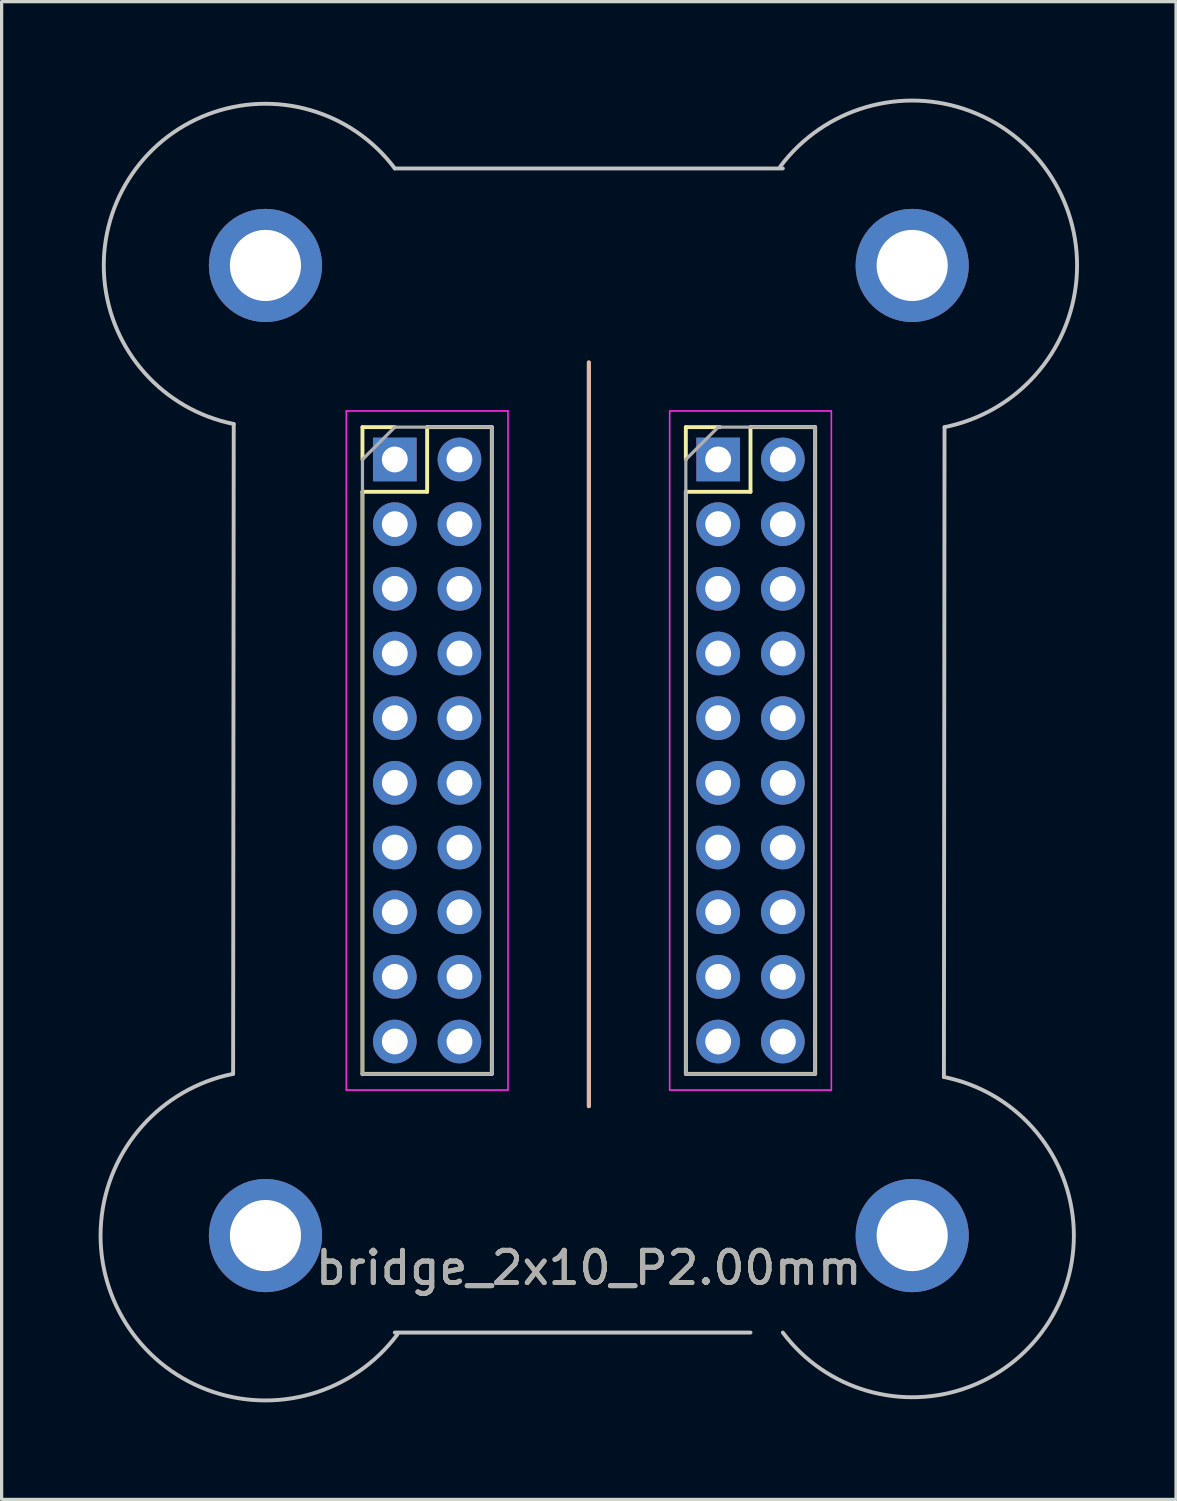
<source format=kicad_pcb>
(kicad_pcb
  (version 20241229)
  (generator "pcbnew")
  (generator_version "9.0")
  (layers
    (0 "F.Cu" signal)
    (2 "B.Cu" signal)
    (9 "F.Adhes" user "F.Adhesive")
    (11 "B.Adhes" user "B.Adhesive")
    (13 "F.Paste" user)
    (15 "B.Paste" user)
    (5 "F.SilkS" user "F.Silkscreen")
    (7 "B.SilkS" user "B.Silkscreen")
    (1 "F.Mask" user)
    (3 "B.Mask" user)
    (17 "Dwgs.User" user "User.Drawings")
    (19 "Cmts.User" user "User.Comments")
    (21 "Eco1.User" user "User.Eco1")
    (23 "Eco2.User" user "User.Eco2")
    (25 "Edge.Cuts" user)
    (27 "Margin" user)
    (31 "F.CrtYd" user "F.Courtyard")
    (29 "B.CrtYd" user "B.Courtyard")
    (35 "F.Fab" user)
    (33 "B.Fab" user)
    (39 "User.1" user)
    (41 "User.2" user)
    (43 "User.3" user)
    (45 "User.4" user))
  (footprint "bridge_2x10_P2.00mm"
    (layer "F.Cu")
    (at 15.159 20.159)
    (property "Reference" "bridge_2x10_P2.00mm" (at 0 16 0) (layer "F.SilkS") (effects (font (size 1 1) (thickness 0.15))))
    (attr through_hole)
    (fp_line (start -7 -10) (end -7 -9) (stroke (width 0.12) (type solid)) (layer "F.SilkS"))
    (fp_line (start -7 -10) (end -6 -10) (stroke (width 0.12) (type solid)) (layer "F.SilkS"))
    (fp_line (start -7 -8) (end -7 10) (stroke (width 0.12) (type solid)) (layer "F.SilkS"))
    (fp_line (start -7 -8) (end -5 -8) (stroke (width 0.12) (type solid)) (layer "F.SilkS"))
    (fp_line (start -7 10) (end -3 10) (stroke (width 0.12) (type solid)) (layer "F.SilkS"))
    (fp_line (start -5 -10) (end -5 -8) (stroke (width 0.12) (type solid)) (layer "F.SilkS"))
    (fp_line (start -5 -10) (end -3 -10) (stroke (width 0.12) (type solid)) (layer "F.SilkS"))
    (fp_line (start -3 -10) (end -3 10) (stroke (width 0.12) (type solid)) (layer "F.SilkS"))
    (fp_line (start 0 -12) (end 0 11) (stroke (width 0.12) (type solid)) (layer "F.SilkS"))
    (fp_line (start 3 -10) (end 3 -9) (stroke (width 0.12) (type solid)) (layer "F.SilkS"))
    (fp_line (start 3 -10) (end 4.06 -10) (stroke (width 0.12) (type solid)) (layer "F.SilkS"))
    (fp_line (start 3 -8) (end 3 10) (stroke (width 0.12) (type solid)) (layer "F.SilkS"))
    (fp_line (start 3 -8) (end 5 -8) (stroke (width 0.12) (type solid)) (layer "F.SilkS"))
    (fp_line (start 3 10) (end 7 10) (stroke (width 0.12) (type solid)) (layer "F.SilkS"))
    (fp_line (start 5 -10) (end 5 -8) (stroke (width 0.12) (type solid)) (layer "F.SilkS"))
    (fp_line (start 5 -10) (end 7 -10) (stroke (width 0.12) (type solid)) (layer "F.SilkS"))
    (fp_line (start 7 -10) (end 7 10) (stroke (width 0.12) (type solid)) (layer "F.SilkS"))
    (fp_line (start 0 -12) (end 0 11) (stroke (width 0.12) (type solid)) (layer "B.SilkS"))
    (fp_line (start -11 10) (end -10.981 -10.097) (stroke (width 0.12) (type solid)) (layer "Dwgs.User"))
    (fp_line (start -6 -18) (end 6 -18) (stroke (width 0.12) (type solid)) (layer "Dwgs.User"))
    (fp_line (start 5 18) (end -6 18) (stroke (width 0.12) (type solid)) (layer "Dwgs.User"))
    (fp_line (start 11 -10) (end 10.981 10.097) (stroke (width 0.12) (type solid)) (layer "Dwgs.User"))
    (fp_arc (start -10.980581 -10.097097) (mid -14.230034 -17.665859) (end -6 -18) (stroke (width 0.12) (type solid)) (layer "Dwgs.User"))
    (fp_arc (start -5.920784 18.059412) (mid -14.313806 17.718654) (end -11 10) (stroke (width 0.12) (type solid)) (layer "Dwgs.User"))
    (fp_arc (start 5.920784 -18.059411) (mid 14.313806 -17.718654) (end 11 -10) (stroke (width 0.12) (type solid)) (layer "Dwgs.User"))
    (fp_arc (start 10.980581 10.097097) (mid 14.230034 17.665859) (end 6 18) (stroke (width 0.12) (type solid)) (layer "Dwgs.User"))
    (fp_line (start -7.5 -10.5) (end -2.5 -10.5) (stroke (width 0.05) (type solid)) (layer "F.CrtYd"))
    (fp_line (start -7.5 10.5) (end -7.5 -10.5) (stroke (width 0.05) (type solid)) (layer "F.CrtYd"))
    (fp_line (start -2.5 -10.5) (end -2.5 10.5) (stroke (width 0.05) (type solid)) (layer "F.CrtYd"))
    (fp_line (start -2.5 10.5) (end -7.5 10.5) (stroke (width 0.05) (type solid)) (layer "F.CrtYd"))
    (fp_line (start 2.5 -10.5) (end 7.5 -10.5) (stroke (width 0.05) (type solid)) (layer "F.CrtYd"))
    (fp_line (start 2.5 10.5) (end 2.5 -10.5) (stroke (width 0.05) (type solid)) (layer "F.CrtYd"))
    (fp_line (start 7.5 -10.5) (end 7.5 10.5) (stroke (width 0.05) (type solid)) (layer "F.CrtYd"))
    (fp_line (start 7.5 10.5) (end 2.5 10.5) (stroke (width 0.05) (type solid)) (layer "F.CrtYd"))
    (fp_line (start -7 -9) (end -7 10) (stroke (width 0.1) (type solid)) (layer "F.Fab"))
    (fp_line (start -6 -10) (end -7 -9) (stroke (width 0.1) (type solid)) (layer "F.Fab"))
    (fp_line (start -6 -10) (end -3 -10) (stroke (width 0.1) (type solid)) (layer "F.Fab"))
    (fp_line (start -3 10) (end -7 10) (stroke (width 0.1) (type solid)) (layer "F.Fab"))
    (fp_line (start -3 10) (end -3 -10) (stroke (width 0.1) (type solid)) (layer "F.Fab"))
    (fp_line (start 3 -9) (end 3 10) (stroke (width 0.1) (type solid)) (layer "F.Fab"))
    (fp_line (start 4 -10) (end 3 -9) (stroke (width 0.1) (type solid)) (layer "F.Fab"))
    (fp_line (start 4 -10) (end 7 -10) (stroke (width 0.1) (type solid)) (layer "F.Fab"))
    (fp_line (start 7 10) (end 3 10) (stroke (width 0.1) (type solid)) (layer "F.Fab"))
    (fp_line (start 7 10) (end 7 -10) (stroke (width 0.1) (type solid)) (layer "F.Fab"))
    (fp_text user "${REFERENCE}" (at 0 16 180) (layer "F.Fab") (effects (font (size 1 1) (thickness 0.15))))
    (pad "" thru_hole circle (at -10 -15) (size 3.5 3.5) (drill 2.2) (layers "*.Cu" "*.Mask"))
    (pad "" thru_hole circle (at -10 15) (size 3.5 3.5) (drill 2.2) (layers "*.Cu" "*.Mask"))
    (pad "" thru_hole circle (at 10 -15) (size 3.5 3.5) (drill 2.2) (layers "*.Cu" "*.Mask"))
    (pad "" thru_hole circle (at 10 15) (size 3.5 3.5) (drill 2.2) (layers "*.Cu" "*.Mask"))
    (pad "1" thru_hole rect (at -6 -9) (size 1.35 1.35) (drill 0.8) (layers "*.Cu" "*.Mask"))
    (pad "1" thru_hole rect (at 4 -9) (size 1.35 1.35) (drill 0.8) (layers "*.Cu" "*.Mask"))
    (pad "2" thru_hole oval (at -6 -7) (size 1.35 1.35) (drill 0.8) (layers "*.Cu" "*.Mask"))
    (pad "2" thru_hole oval (at 4 -7) (size 1.35 1.35) (drill 0.8) (layers "*.Cu" "*.Mask"))
    (pad "3" thru_hole oval (at -6 -5) (size 1.35 1.35) (drill 0.8) (layers "*.Cu" "*.Mask"))
    (pad "3" thru_hole oval (at 4 -5) (size 1.35 1.35) (drill 0.8) (layers "*.Cu" "*.Mask"))
    (pad "4" thru_hole oval (at -6 -3) (size 1.35 1.35) (drill 0.8) (layers "*.Cu" "*.Mask"))
    (pad "4" thru_hole oval (at 4 -3) (size 1.35 1.35) (drill 0.8) (layers "*.Cu" "*.Mask"))
    (pad "5" thru_hole oval (at -6 -1) (size 1.35 1.35) (drill 0.8) (layers "*.Cu" "*.Mask"))
    (pad "5" thru_hole oval (at 4 -1) (size 1.35 1.35) (drill 0.8) (layers "*.Cu" "*.Mask"))
    (pad "6" thru_hole oval (at -6 1) (size 1.35 1.35) (drill 0.8) (layers "*.Cu" "*.Mask"))
    (pad "6" thru_hole oval (at 4 1) (size 1.35 1.35) (drill 0.8) (layers "*.Cu" "*.Mask"))
    (pad "7" thru_hole oval (at -6 3) (size 1.35 1.35) (drill 0.8) (layers "*.Cu" "*.Mask"))
    (pad "7" thru_hole oval (at 4 3) (size 1.35 1.35) (drill 0.8) (layers "*.Cu" "*.Mask"))
    (pad "8" thru_hole oval (at -6 5) (size 1.35 1.35) (drill 0.8) (layers "*.Cu" "*.Mask"))
    (pad "8" thru_hole oval (at 4 5) (size 1.35 1.35) (drill 0.8) (layers "*.Cu" "*.Mask"))
    (pad "9" thru_hole oval (at -6 7) (size 1.35 1.35) (drill 0.8) (layers "*.Cu" "*.Mask"))
    (pad "9" thru_hole oval (at 4 7) (size 1.35 1.35) (drill 0.8) (layers "*.Cu" "*.Mask"))
    (pad "10" thru_hole oval (at -6 9) (size 1.35 1.35) (drill 0.8) (layers "*.Cu" "*.Mask"))
    (pad "10" thru_hole oval (at 4 9) (size 1.35 1.35) (drill 0.8) (layers "*.Cu" "*.Mask"))
    (pad "11" thru_hole oval (at -4 9) (size 1.35 1.35) (drill 0.8) (layers "*.Cu" "*.Mask"))
    (pad "11" thru_hole oval (at 6 9) (size 1.35 1.35) (drill 0.8) (layers "*.Cu" "*.Mask"))
    (pad "12" thru_hole oval (at -4 7) (size 1.35 1.35) (drill 0.8) (layers "*.Cu" "*.Mask"))
    (pad "12" thru_hole oval (at 6 7) (size 1.35 1.35) (drill 0.8) (layers "*.Cu" "*.Mask"))
    (pad "13" thru_hole oval (at -4 5) (size 1.35 1.35) (drill 0.8) (layers "*.Cu" "*.Mask"))
    (pad "13" thru_hole oval (at 6 5) (size 1.35 1.35) (drill 0.8) (layers "*.Cu" "*.Mask"))
    (pad "14" thru_hole oval (at -4 3) (size 1.35 1.35) (drill 0.8) (layers "*.Cu" "*.Mask"))
    (pad "14" thru_hole oval (at 6 3) (size 1.35 1.35) (drill 0.8) (layers "*.Cu" "*.Mask"))
    (pad "15" thru_hole oval (at -4 1) (size 1.35 1.35) (drill 0.8) (layers "*.Cu" "*.Mask"))
    (pad "15" thru_hole oval (at 6 1) (size 1.35 1.35) (drill 0.8) (layers "*.Cu" "*.Mask"))
    (pad "16" thru_hole oval (at -4 -1) (size 1.35 1.35) (drill 0.8) (layers "*.Cu" "*.Mask"))
    (pad "16" thru_hole oval (at 6 -1) (size 1.35 1.35) (drill 0.8) (layers "*.Cu" "*.Mask"))
    (pad "17" thru_hole oval (at -4 -3) (size 1.35 1.35) (drill 0.8) (layers "*.Cu" "*.Mask"))
    (pad "17" thru_hole oval (at 6 -3) (size 1.35 1.35) (drill 0.8) (layers "*.Cu" "*.Mask"))
    (pad "18" thru_hole oval (at -4 -5) (size 1.35 1.35) (drill 0.8) (layers "*.Cu" "*.Mask"))
    (pad "18" thru_hole oval (at 6 -5) (size 1.35 1.35) (drill 0.8) (layers "*.Cu" "*.Mask"))
    (pad "19" thru_hole oval (at -4 -7) (size 1.35 1.35) (drill 0.8) (layers "*.Cu" "*.Mask"))
    (pad "19" thru_hole oval (at 6 -7) (size 1.35 1.35) (drill 0.8) (layers "*.Cu" "*.Mask"))
    (pad "20" thru_hole oval (at -4 -9) (size 1.35 1.35) (drill 0.8) (layers "*.Cu" "*.Mask"))
    (pad "20" thru_hole oval (at 6 -9) (size 1.35 1.35) (drill 0.8) (layers "*.Cu" "*.Mask")))
  (gr_rect
    (start -3 -3)
    (end 33.318 43.318)
    (stroke (width 0.1) (type default))
    (fill no)
    (layer "Edge.Cuts")))
</source>
